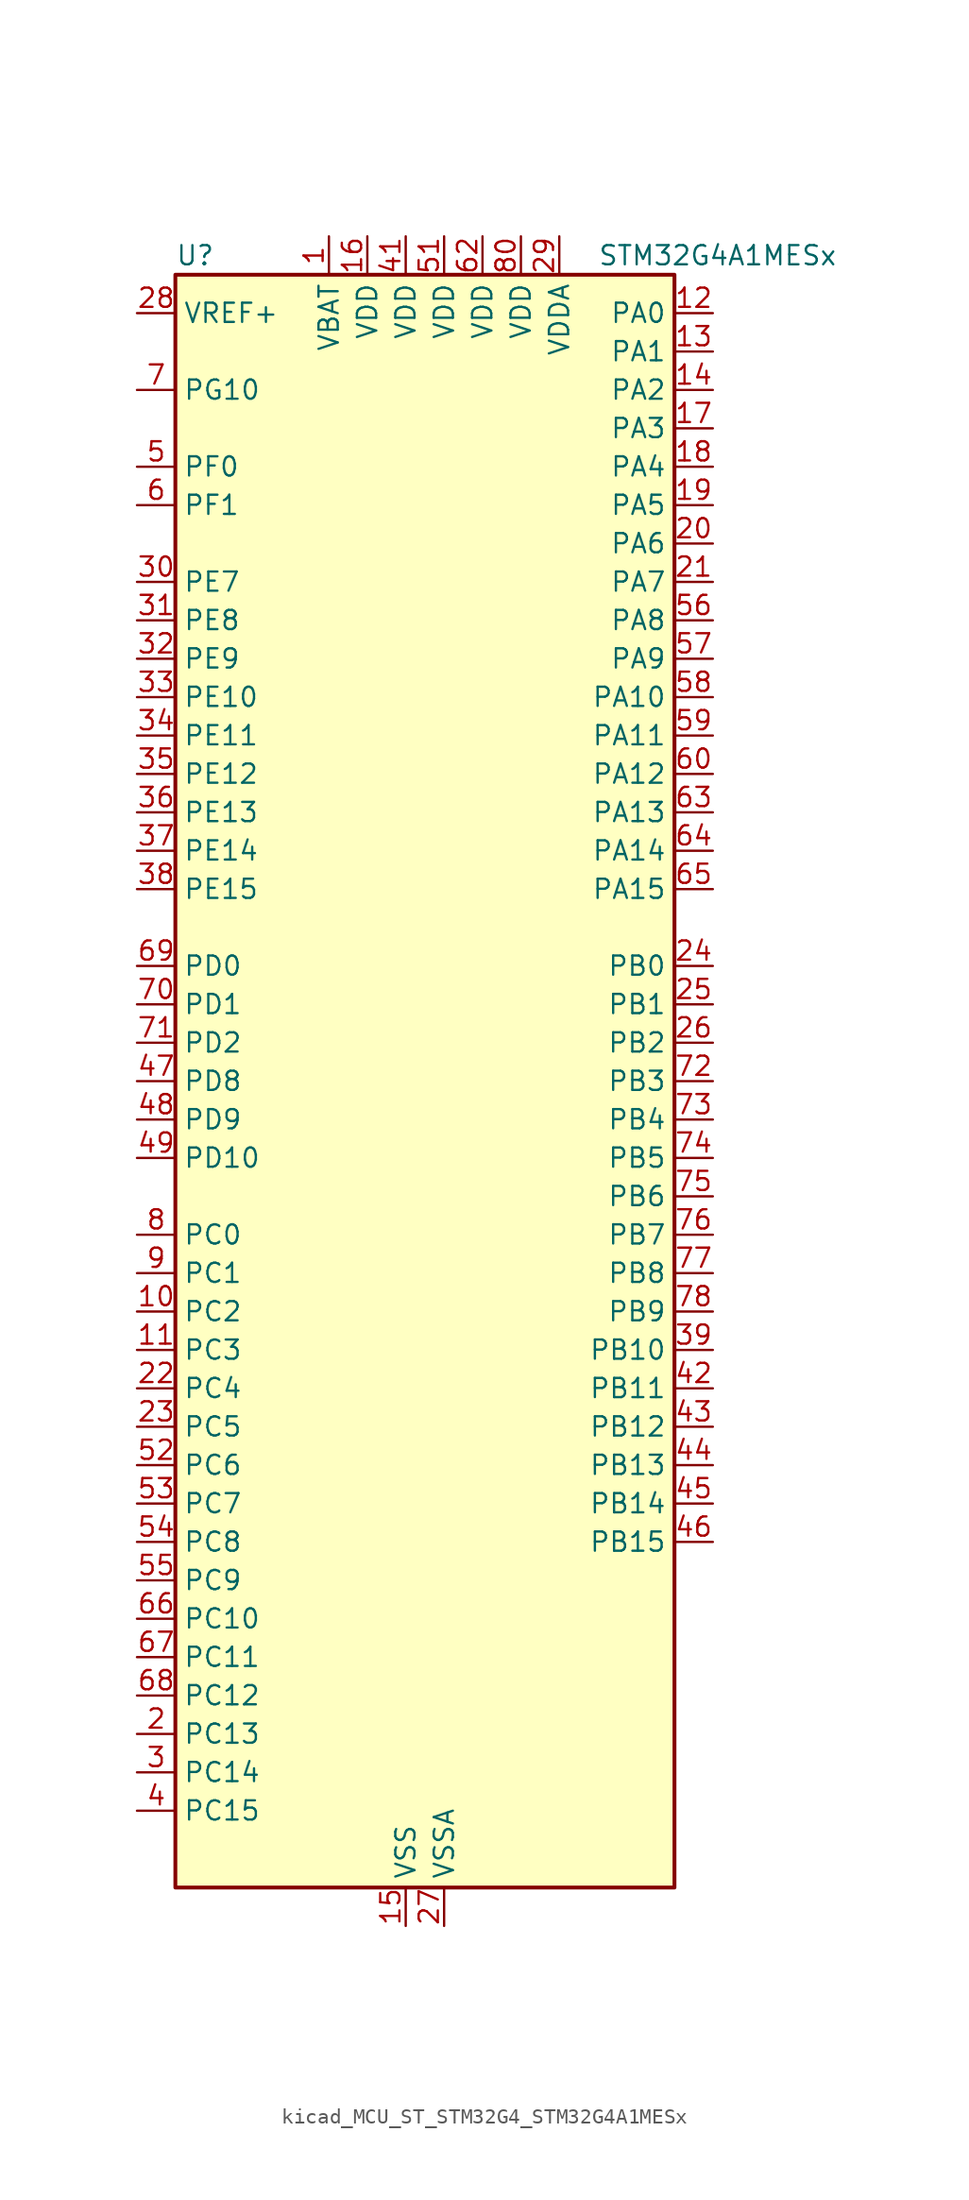
<source format=kicad_sym>
(kicad_symbol_lib
  (version 20220914)
  (generator kicad_symbol_editor)
  (symbol "kicad_MCU_ST_STM32G4_STM32G4A1MESx"
    (property "Reference" "U"
      (at -15.24 54.61 0)
      (effects (font (size 1.27 1.27)) (justify left)))
    (property "Value" "STM32G4A1MESx"
      (at 12.7 54.61 0)
      (effects (font (size 1.27 1.27)) (justify left)))
    (property "ki_locked" ""
      (at 0 0 0)
      (effects (font (size 1.27 1.27))))
    (symbol "kicad_MCU_ST_STM32G4_STM32G4A1MESx_0_1"
      (rectangle (start -15.24 -53.34) (end 17.78 53.34) (stroke (width 0.254) (type default)) (fill (type background))))
    (symbol "kicad_MCU_ST_STM32G4_STM32G4A1MESx_1_1"
      (pin power_in line (at -5.08 55.88 270) (length 2.54) (name "VBAT" (effects (font (size 1.27 1.27)))) (number "1" (effects (font (size 1.27 1.27)))))
      (pin bidirectional line (at -17.78 -15.24 0) (length 2.54) (name "PC2" (effects (font (size 1.27 1.27)))) (number "10" (effects (font (size 1.27 1.27)))) (alternate "ADC1_IN8" bidirectional line) (alternate "ADC2_IN8" bidirectional line) (alternate "ADC3_EXTI2" bidirectional line) (alternate "COMP3_OUT" bidirectional line) (alternate "LPTIM1_IN2" bidirectional line) (alternate "QUADSPI1_BK2_IO1" bidirectional line) (alternate "TIM1_CH3" bidirectional line) (alternate "TIM20_CH2" bidirectional line))
      (pin bidirectional line (at -17.78 -17.78 0) (length 2.54) (name "PC3" (effects (font (size 1.27 1.27)))) (number "11" (effects (font (size 1.27 1.27)))) (alternate "ADC1_IN9" bidirectional line) (alternate "ADC2_IN9" bidirectional line) (alternate "ADC3_EXTI3" bidirectional line) (alternate "LPTIM1_ETR" bidirectional line) (alternate "QUADSPI1_BK2_IO2" bidirectional line) (alternate "SAI1_D1" bidirectional line) (alternate "SAI1_SD_A" bidirectional line) (alternate "TIM1_BKIN2" bidirectional line) (alternate "TIM1_CH4" bidirectional line))
      (pin bidirectional line (at 20.32 50.8 180) (length 2.54) (name "PA0" (effects (font (size 1.27 1.27)))) (number "12" (effects (font (size 1.27 1.27)))) (alternate "ADC1_IN1" bidirectional line) (alternate "ADC2_IN1" bidirectional line) (alternate "COMP1_INM" bidirectional line) (alternate "COMP1_OUT" bidirectional line) (alternate "COMP3_INP" bidirectional line) (alternate "RTC_TAMP2" bidirectional line) (alternate "SYS_WKUP1" bidirectional line) (alternate "TIM2_CH1" bidirectional line) (alternate "TIM2_ETR" bidirectional line) (alternate "TIM8_BKIN" bidirectional line) (alternate "TIM8_ETR" bidirectional line) (alternate "USART2_CTS" bidirectional line) (alternate "USART2_NSS" bidirectional line))
      (pin bidirectional line (at 20.32 48.26 180) (length 2.54) (name "PA1" (effects (font (size 1.27 1.27)))) (number "13" (effects (font (size 1.27 1.27)))) (alternate "ADC1_IN2" bidirectional line) (alternate "ADC2_IN2" bidirectional line) (alternate "COMP1_INP" bidirectional line) (alternate "OPAMP1_VINP" bidirectional line) (alternate "OPAMP1_VINP_SEC" bidirectional line) (alternate "OPAMP3_VINP" bidirectional line) (alternate "OPAMP3_VINP_SEC" bidirectional line) (alternate "OPAMP6_VINM" bidirectional line) (alternate "OPAMP6_VINM0" bidirectional line) (alternate "OPAMP6_VINM_SEC" bidirectional line) (alternate "RTC_REFIN" bidirectional line) (alternate "TIM15_CH1N" bidirectional line) (alternate "TIM2_CH2" bidirectional line) (alternate "USART2_DE" bidirectional line) (alternate "USART2_RTS" bidirectional line))
      (pin bidirectional line (at 20.32 45.72 180) (length 2.54) (name "PA2" (effects (font (size 1.27 1.27)))) (number "14" (effects (font (size 1.27 1.27)))) (alternate "ADC1_IN3" bidirectional line) (alternate "ADC3_EXTI2" bidirectional line) (alternate "COMP2_INM" bidirectional line) (alternate "COMP2_OUT" bidirectional line) (alternate "LPUART1_TX" bidirectional line) (alternate "OPAMP1_VOUT" bidirectional line) (alternate "QUADSPI1_BK1_NCS" bidirectional line) (alternate "RCC_LSCO" bidirectional line) (alternate "SYS_WKUP4" bidirectional line) (alternate "TIM15_CH1" bidirectional line) (alternate "TIM2_CH3" bidirectional line) (alternate "UCPD1_FRSTX1" bidirectional line) (alternate "UCPD1_FRSTX2" bidirectional line) (alternate "USART2_TX" bidirectional line))
      (pin power_in line (at 0 -55.88 90) (length 2.54) (name "VSS" (effects (font (size 1.27 1.27)))) (number "15" (effects (font (size 1.27 1.27)))))
      (pin power_in line (at -2.54 55.88 270) (length 2.54) (name "VDD" (effects (font (size 1.27 1.27)))) (number "16" (effects (font (size 1.27 1.27)))))
      (pin bidirectional line (at 20.32 43.18 180) (length 2.54) (name "PA3" (effects (font (size 1.27 1.27)))) (number "17" (effects (font (size 1.27 1.27)))) (alternate "ADC1_IN4" bidirectional line) (alternate "ADC3_EXTI3" bidirectional line) (alternate "COMP2_INP" bidirectional line) (alternate "LPUART1_RX" bidirectional line) (alternate "OPAMP1_VINM" bidirectional line) (alternate "OPAMP1_VINM0" bidirectional line) (alternate "OPAMP1_VINM_SEC" bidirectional line) (alternate "OPAMP1_VINP" bidirectional line) (alternate "OPAMP1_VINP_SEC" bidirectional line) (alternate "QUADSPI1_CLK" bidirectional line) (alternate "SAI1_CK1" bidirectional line) (alternate "SAI1_MCLK_A" bidirectional line) (alternate "TIM15_CH2" bidirectional line) (alternate "TIM2_CH4" bidirectional line) (alternate "USART2_RX" bidirectional line))
      (pin bidirectional line (at 20.32 40.64 180) (length 2.54) (name "PA4" (effects (font (size 1.27 1.27)))) (number "18" (effects (font (size 1.27 1.27)))) (alternate "ADC2_IN17" bidirectional line) (alternate "COMP1_INM" bidirectional line) (alternate "DAC1_OUT1" bidirectional line) (alternate "I2S3_WS" bidirectional line) (alternate "SAI1_FS_B" bidirectional line) (alternate "SPI1_NSS" bidirectional line) (alternate "SPI3_NSS" bidirectional line) (alternate "TIM3_CH2" bidirectional line) (alternate "USART2_CK" bidirectional line))
      (pin bidirectional line (at 20.32 38.1 180) (length 2.54) (name "PA5" (effects (font (size 1.27 1.27)))) (number "19" (effects (font (size 1.27 1.27)))) (alternate "ADC2_IN13" bidirectional line) (alternate "COMP2_INM" bidirectional line) (alternate "DAC1_OUT2" bidirectional line) (alternate "OPAMP2_VINM" bidirectional line) (alternate "OPAMP2_VINM0" bidirectional line) (alternate "OPAMP2_VINM_SEC" bidirectional line) (alternate "SPI1_SCK" bidirectional line) (alternate "TIM2_CH1" bidirectional line) (alternate "TIM2_ETR" bidirectional line) (alternate "UCPD1_FRSTX1" bidirectional line) (alternate "UCPD1_FRSTX2" bidirectional line))
      (pin bidirectional line (at -17.78 -43.18 0) (length 2.54) (name "PC13" (effects (font (size 1.27 1.27)))) (number "2" (effects (font (size 1.27 1.27)))) (alternate "RTC_OUT1" bidirectional line) (alternate "RTC_TAMP1" bidirectional line) (alternate "RTC_TS" bidirectional line) (alternate "SYS_WKUP2" bidirectional line) (alternate "TIM1_BKIN" bidirectional line) (alternate "TIM1_CH1N" bidirectional line) (alternate "TIM8_CH4N" bidirectional line))
      (pin bidirectional line (at 20.32 35.56 180) (length 2.54) (name "PA6" (effects (font (size 1.27 1.27)))) (number "20" (effects (font (size 1.27 1.27)))) (alternate "ADC2_IN3" bidirectional line) (alternate "COMP1_OUT" bidirectional line) (alternate "LPUART1_CTS" bidirectional line) (alternate "OPAMP2_VOUT" bidirectional line) (alternate "QUADSPI1_BK1_IO3" bidirectional line) (alternate "SPI1_MISO" bidirectional line) (alternate "TIM16_CH1" bidirectional line) (alternate "TIM1_BKIN" bidirectional line) (alternate "TIM3_CH1" bidirectional line) (alternate "TIM8_BKIN" bidirectional line))
      (pin bidirectional line (at 20.32 33.02 180) (length 2.54) (name "PA7" (effects (font (size 1.27 1.27)))) (number "21" (effects (font (size 1.27 1.27)))) (alternate "ADC2_IN4" bidirectional line) (alternate "COMP2_INP" bidirectional line) (alternate "COMP2_OUT" bidirectional line) (alternate "OPAMP1_VINP" bidirectional line) (alternate "OPAMP1_VINP_SEC" bidirectional line) (alternate "OPAMP2_VINP" bidirectional line) (alternate "OPAMP2_VINP_SEC" bidirectional line) (alternate "QUADSPI1_BK1_IO2" bidirectional line) (alternate "SPI1_MOSI" bidirectional line) (alternate "TIM17_CH1" bidirectional line) (alternate "TIM1_CH1N" bidirectional line) (alternate "TIM3_CH2" bidirectional line) (alternate "TIM8_CH1N" bidirectional line) (alternate "UCPD1_FRSTX1" bidirectional line) (alternate "UCPD1_FRSTX2" bidirectional line))
      (pin bidirectional line (at -17.78 -20.32 0) (length 2.54) (name "PC4" (effects (font (size 1.27 1.27)))) (number "22" (effects (font (size 1.27 1.27)))) (alternate "ADC2_IN5" bidirectional line) (alternate "I2C2_SCL" bidirectional line) (alternate "QUADSPI1_BK2_IO3" bidirectional line) (alternate "TIM1_ETR" bidirectional line) (alternate "USART1_TX" bidirectional line))
      (pin bidirectional line (at -17.78 -22.86 0) (length 2.54) (name "PC5" (effects (font (size 1.27 1.27)))) (number "23" (effects (font (size 1.27 1.27)))) (alternate "ADC2_IN11" bidirectional line) (alternate "OPAMP1_VINM" bidirectional line) (alternate "OPAMP1_VINM1" bidirectional line) (alternate "OPAMP1_VINM_SEC" bidirectional line) (alternate "OPAMP2_VINM" bidirectional line) (alternate "OPAMP2_VINM1" bidirectional line) (alternate "OPAMP2_VINM_SEC" bidirectional line) (alternate "SAI1_D3" bidirectional line) (alternate "SYS_WKUP5" bidirectional line) (alternate "TIM15_BKIN" bidirectional line) (alternate "TIM1_CH4N" bidirectional line) (alternate "USART1_RX" bidirectional line))
      (pin bidirectional line (at 20.32 7.62 180) (length 2.54) (name "PB0" (effects (font (size 1.27 1.27)))) (number "24" (effects (font (size 1.27 1.27)))) (alternate "ADC1_IN15" bidirectional line) (alternate "ADC3_IN12" bidirectional line) (alternate "COMP4_INP" bidirectional line) (alternate "OPAMP2_VINP" bidirectional line) (alternate "OPAMP2_VINP_SEC" bidirectional line) (alternate "OPAMP3_VINP" bidirectional line) (alternate "OPAMP3_VINP_SEC" bidirectional line) (alternate "QUADSPI1_BK1_IO1" bidirectional line) (alternate "TIM1_CH2N" bidirectional line) (alternate "TIM3_CH3" bidirectional line) (alternate "TIM8_CH2N" bidirectional line) (alternate "UCPD1_FRSTX1" bidirectional line) (alternate "UCPD1_FRSTX2" bidirectional line))
      (pin bidirectional line (at 20.32 5.08 180) (length 2.54) (name "PB1" (effects (font (size 1.27 1.27)))) (number "25" (effects (font (size 1.27 1.27)))) (alternate "ADC1_IN12" bidirectional line) (alternate "ADC3_IN1" bidirectional line) (alternate "COMP1_INP" bidirectional line) (alternate "COMP4_OUT" bidirectional line) (alternate "LPUART1_DE" bidirectional line) (alternate "LPUART1_RTS" bidirectional line) (alternate "OPAMP3_VOUT" bidirectional line) (alternate "OPAMP6_VINM" bidirectional line) (alternate "OPAMP6_VINM1" bidirectional line) (alternate "OPAMP6_VINM_SEC" bidirectional line) (alternate "QUADSPI1_BK1_IO0" bidirectional line) (alternate "TIM1_CH3N" bidirectional line) (alternate "TIM3_CH4" bidirectional line) (alternate "TIM8_CH3N" bidirectional line))
      (pin bidirectional line (at 20.32 2.54 180) (length 2.54) (name "PB2" (effects (font (size 1.27 1.27)))) (number "26" (effects (font (size 1.27 1.27)))) (alternate "ADC2_IN12" bidirectional line) (alternate "ADC3_EXTI2" bidirectional line) (alternate "COMP4_INM" bidirectional line) (alternate "I2C3_SMBA" bidirectional line) (alternate "LPTIM1_OUT" bidirectional line) (alternate "OPAMP3_VINM" bidirectional line) (alternate "OPAMP3_VINM0" bidirectional line) (alternate "OPAMP3_VINM_SEC" bidirectional line) (alternate "QUADSPI1_BK2_IO1" bidirectional line) (alternate "RTC_OUT2" bidirectional line) (alternate "TIM20_CH1" bidirectional line))
      (pin power_in line (at 2.54 -55.88 90) (length 2.54) (name "VSSA" (effects (font (size 1.27 1.27)))) (number "27" (effects (font (size 1.27 1.27)))))
      (pin input line (at -17.78 50.8 0) (length 2.54) (name "VREF+" (effects (font (size 1.27 1.27)))) (number "28" (effects (font (size 1.27 1.27)))) (alternate "VREFBUF_OUT" bidirectional line))
      (pin power_in line (at 10.16 55.88 270) (length 2.54) (name "VDDA" (effects (font (size 1.27 1.27)))) (number "29" (effects (font (size 1.27 1.27)))))
      (pin bidirectional line (at -17.78 -45.72 0) (length 2.54) (name "PC14" (effects (font (size 1.27 1.27)))) (number "3" (effects (font (size 1.27 1.27)))) (alternate "RCC_OSC32_IN" bidirectional line))
      (pin bidirectional line (at -17.78 33.02 0) (length 2.54) (name "PE7" (effects (font (size 1.27 1.27)))) (number "30" (effects (font (size 1.27 1.27)))) (alternate "ADC3_IN4" bidirectional line) (alternate "COMP4_INP" bidirectional line) (alternate "SAI1_SD_B" bidirectional line) (alternate "TIM1_ETR" bidirectional line))
      (pin bidirectional line (at -17.78 30.48 0) (length 2.54) (name "PE8" (effects (font (size 1.27 1.27)))) (number "31" (effects (font (size 1.27 1.27)))) (alternate "ADC3_IN6" bidirectional line) (alternate "COMP4_INM" bidirectional line) (alternate "SAI1_SCK_B" bidirectional line) (alternate "TIM1_CH1N" bidirectional line))
      (pin bidirectional line (at -17.78 27.94 0) (length 2.54) (name "PE9" (effects (font (size 1.27 1.27)))) (number "32" (effects (font (size 1.27 1.27)))) (alternate "ADC3_IN2" bidirectional line) (alternate "DAC1_EXTI9" bidirectional line) (alternate "DAC3_EXTI9" bidirectional line) (alternate "SAI1_FS_B" bidirectional line) (alternate "TIM1_CH1" bidirectional line))
      (pin bidirectional line (at -17.78 25.4 0) (length 2.54) (name "PE10" (effects (font (size 1.27 1.27)))) (number "33" (effects (font (size 1.27 1.27)))) (alternate "ADC3_IN14" bidirectional line) (alternate "DAC1_EXTI10" bidirectional line) (alternate "DAC3_EXTI10" bidirectional line) (alternate "QUADSPI1_CLK" bidirectional line) (alternate "SAI1_MCLK_B" bidirectional line) (alternate "TIM1_CH2N" bidirectional line))
      (pin bidirectional line (at -17.78 22.86 0) (length 2.54) (name "PE11" (effects (font (size 1.27 1.27)))) (number "34" (effects (font (size 1.27 1.27)))) (alternate "ADC1_EXTI11" bidirectional line) (alternate "ADC2_EXTI11" bidirectional line) (alternate "ADC3_IN15" bidirectional line) (alternate "QUADSPI1_BK1_NCS" bidirectional line) (alternate "TIM1_CH2" bidirectional line))
      (pin bidirectional line (at -17.78 20.32 0) (length 2.54) (name "PE12" (effects (font (size 1.27 1.27)))) (number "35" (effects (font (size 1.27 1.27)))) (alternate "ADC3_IN16" bidirectional line) (alternate "QUADSPI1_BK1_IO0" bidirectional line) (alternate "TIM1_CH3N" bidirectional line))
      (pin bidirectional line (at -17.78 17.78 0) (length 2.54) (name "PE13" (effects (font (size 1.27 1.27)))) (number "36" (effects (font (size 1.27 1.27)))) (alternate "ADC3_IN3" bidirectional line) (alternate "QUADSPI1_BK1_IO1" bidirectional line) (alternate "TIM1_CH3" bidirectional line))
      (pin bidirectional line (at -17.78 15.24 0) (length 2.54) (name "PE14" (effects (font (size 1.27 1.27)))) (number "37" (effects (font (size 1.27 1.27)))) (alternate "QUADSPI1_BK1_IO2" bidirectional line) (alternate "TIM1_BKIN2" bidirectional line) (alternate "TIM1_CH4" bidirectional line))
      (pin bidirectional line (at -17.78 12.7 0) (length 2.54) (name "PE15" (effects (font (size 1.27 1.27)))) (number "38" (effects (font (size 1.27 1.27)))) (alternate "ADC1_EXTI15" bidirectional line) (alternate "ADC2_EXTI15" bidirectional line) (alternate "QUADSPI1_BK1_IO3" bidirectional line) (alternate "TIM1_BKIN" bidirectional line) (alternate "TIM1_CH4N" bidirectional line) (alternate "USART3_RX" bidirectional line))
      (pin bidirectional line (at 20.32 -17.78 180) (length 2.54) (name "PB10" (effects (font (size 1.27 1.27)))) (number "39" (effects (font (size 1.27 1.27)))) (alternate "DAC1_EXTI10" bidirectional line) (alternate "DAC3_EXTI10" bidirectional line) (alternate "LPUART1_RX" bidirectional line) (alternate "OPAMP3_VINM" bidirectional line) (alternate "OPAMP3_VINM1" bidirectional line) (alternate "OPAMP3_VINM_SEC" bidirectional line) (alternate "QUADSPI1_CLK" bidirectional line) (alternate "SAI1_SCK_A" bidirectional line) (alternate "TIM1_BKIN" bidirectional line) (alternate "TIM2_CH3" bidirectional line) (alternate "USART3_TX" bidirectional line))
      (pin bidirectional line (at -17.78 -48.26 0) (length 2.54) (name "PC15" (effects (font (size 1.27 1.27)))) (number "4" (effects (font (size 1.27 1.27)))) (alternate "ADC1_EXTI15" bidirectional line) (alternate "ADC2_EXTI15" bidirectional line) (alternate "RCC_OSC32_OUT" bidirectional line))
      (pin passive line (at 0 -55.88 90) (length 2.54) hide (name "VSS" (effects (font (size 1.27 1.27)))) (number "40" (effects (font (size 1.27 1.27)))))
      (pin power_in line (at 0 55.88 270) (length 2.54) (name "VDD" (effects (font (size 1.27 1.27)))) (number "41" (effects (font (size 1.27 1.27)))))
      (pin bidirectional line (at 20.32 -20.32 180) (length 2.54) (name "PB11" (effects (font (size 1.27 1.27)))) (number "42" (effects (font (size 1.27 1.27)))) (alternate "ADC1_EXTI11" bidirectional line) (alternate "ADC1_IN14" bidirectional line) (alternate "ADC2_EXTI11" bidirectional line) (alternate "ADC2_IN14" bidirectional line) (alternate "LPUART1_TX" bidirectional line) (alternate "OPAMP6_VOUT" bidirectional line) (alternate "QUADSPI1_BK1_NCS" bidirectional line) (alternate "TIM2_CH4" bidirectional line) (alternate "USART3_RX" bidirectional line))
      (pin bidirectional line (at 20.32 -22.86 180) (length 2.54) (name "PB12" (effects (font (size 1.27 1.27)))) (number "43" (effects (font (size 1.27 1.27)))) (alternate "ADC1_IN11" bidirectional line) (alternate "FDCAN2_RX" bidirectional line) (alternate "I2C2_SMBA" bidirectional line) (alternate "I2S2_WS" bidirectional line) (alternate "LPUART1_DE" bidirectional line) (alternate "LPUART1_RTS" bidirectional line) (alternate "OPAMP6_VINP" bidirectional line) (alternate "OPAMP6_VINP_SEC" bidirectional line) (alternate "SPI2_NSS" bidirectional line) (alternate "TIM1_BKIN" bidirectional line) (alternate "USART3_CK" bidirectional line))
      (pin bidirectional line (at 20.32 -25.4 180) (length 2.54) (name "PB13" (effects (font (size 1.27 1.27)))) (number "44" (effects (font (size 1.27 1.27)))) (alternate "ADC3_IN5" bidirectional line) (alternate "FDCAN2_TX" bidirectional line) (alternate "I2S2_CK" bidirectional line) (alternate "LPUART1_CTS" bidirectional line) (alternate "OPAMP3_VINP" bidirectional line) (alternate "OPAMP3_VINP_SEC" bidirectional line) (alternate "OPAMP6_VINP" bidirectional line) (alternate "OPAMP6_VINP_SEC" bidirectional line) (alternate "SPI2_SCK" bidirectional line) (alternate "TIM1_CH1N" bidirectional line) (alternate "USART3_CTS" bidirectional line) (alternate "USART3_NSS" bidirectional line))
      (pin bidirectional line (at 20.32 -27.94 180) (length 2.54) (name "PB14" (effects (font (size 1.27 1.27)))) (number "45" (effects (font (size 1.27 1.27)))) (alternate "ADC1_IN5" bidirectional line) (alternate "COMP4_OUT" bidirectional line) (alternate "OPAMP2_VINP" bidirectional line) (alternate "OPAMP2_VINP_SEC" bidirectional line) (alternate "SPI2_MISO" bidirectional line) (alternate "TIM15_CH1" bidirectional line) (alternate "TIM1_CH2N" bidirectional line) (alternate "USART3_DE" bidirectional line) (alternate "USART3_RTS" bidirectional line))
      (pin bidirectional line (at 20.32 -30.48 180) (length 2.54) (name "PB15" (effects (font (size 1.27 1.27)))) (number "46" (effects (font (size 1.27 1.27)))) (alternate "ADC1_EXTI15" bidirectional line) (alternate "ADC2_EXTI15" bidirectional line) (alternate "ADC2_IN15" bidirectional line) (alternate "COMP3_OUT" bidirectional line) (alternate "I2S2_SD" bidirectional line) (alternate "RTC_REFIN" bidirectional line) (alternate "SPI2_MOSI" bidirectional line) (alternate "TIM15_CH1N" bidirectional line) (alternate "TIM15_CH2" bidirectional line) (alternate "TIM1_CH3N" bidirectional line))
      (pin bidirectional line (at -17.78 0 0) (length 2.54) (name "PD8" (effects (font (size 1.27 1.27)))) (number "47" (effects (font (size 1.27 1.27)))) (alternate "USART3_TX" bidirectional line))
      (pin bidirectional line (at -17.78 -2.54 0) (length 2.54) (name "PD9" (effects (font (size 1.27 1.27)))) (number "48" (effects (font (size 1.27 1.27)))) (alternate "DAC1_EXTI9" bidirectional line) (alternate "DAC3_EXTI9" bidirectional line) (alternate "OPAMP6_VINP" bidirectional line) (alternate "OPAMP6_VINP_SEC" bidirectional line) (alternate "USART3_RX" bidirectional line))
      (pin bidirectional line (at -17.78 -5.08 0) (length 2.54) (name "PD10" (effects (font (size 1.27 1.27)))) (number "49" (effects (font (size 1.27 1.27)))) (alternate "ADC3_IN7" bidirectional line) (alternate "DAC1_EXTI10" bidirectional line) (alternate "DAC3_EXTI10" bidirectional line) (alternate "USART3_CK" bidirectional line))
      (pin bidirectional line (at -17.78 40.64 0) (length 2.54) (name "PF0" (effects (font (size 1.27 1.27)))) (number "5" (effects (font (size 1.27 1.27)))) (alternate "ADC1_IN10" bidirectional line) (alternate "I2C2_SDA" bidirectional line) (alternate "I2S2_WS" bidirectional line) (alternate "RCC_OSC_IN" bidirectional line) (alternate "SPI2_NSS" bidirectional line) (alternate "TIM1_CH3N" bidirectional line))
      (pin passive line (at 0 -55.88 90) (length 2.54) hide (name "VSS" (effects (font (size 1.27 1.27)))) (number "50" (effects (font (size 1.27 1.27)))))
      (pin power_in line (at 2.54 55.88 270) (length 2.54) (name "VDD" (effects (font (size 1.27 1.27)))) (number "51" (effects (font (size 1.27 1.27)))))
      (pin bidirectional line (at -17.78 -25.4 0) (length 2.54) (name "PC6" (effects (font (size 1.27 1.27)))) (number "52" (effects (font (size 1.27 1.27)))) (alternate "I2S2_MCK" bidirectional line) (alternate "TIM3_CH1" bidirectional line) (alternate "TIM8_CH1" bidirectional line))
      (pin bidirectional line (at -17.78 -27.94 0) (length 2.54) (name "PC7" (effects (font (size 1.27 1.27)))) (number "53" (effects (font (size 1.27 1.27)))) (alternate "I2S3_MCK" bidirectional line) (alternate "TIM3_CH2" bidirectional line) (alternate "TIM8_CH2" bidirectional line))
      (pin bidirectional line (at -17.78 -30.48 0) (length 2.54) (name "PC8" (effects (font (size 1.27 1.27)))) (number "54" (effects (font (size 1.27 1.27)))) (alternate "I2C3_SCL" bidirectional line) (alternate "TIM20_CH3" bidirectional line) (alternate "TIM3_CH3" bidirectional line) (alternate "TIM8_CH3" bidirectional line))
      (pin bidirectional line (at -17.78 -33.02 0) (length 2.54) (name "PC9" (effects (font (size 1.27 1.27)))) (number "55" (effects (font (size 1.27 1.27)))) (alternate "DAC1_EXTI9" bidirectional line) (alternate "DAC3_EXTI9" bidirectional line) (alternate "I2C3_SDA" bidirectional line) (alternate "I2S_CKIN" bidirectional line) (alternate "TIM3_CH4" bidirectional line) (alternate "TIM8_BKIN2" bidirectional line) (alternate "TIM8_CH4" bidirectional line))
      (pin bidirectional line (at 20.32 30.48 180) (length 2.54) (name "PA8" (effects (font (size 1.27 1.27)))) (number "56" (effects (font (size 1.27 1.27)))) (alternate "I2C2_SDA" bidirectional line) (alternate "I2C3_SCL" bidirectional line) (alternate "I2S2_MCK" bidirectional line) (alternate "RCC_MCO" bidirectional line) (alternate "SAI1_CK2" bidirectional line) (alternate "SAI1_SCK_A" bidirectional line) (alternate "TIM1_CH1" bidirectional line) (alternate "TIM4_ETR" bidirectional line) (alternate "USART1_CK" bidirectional line))
      (pin bidirectional line (at 20.32 27.94 180) (length 2.54) (name "PA9" (effects (font (size 1.27 1.27)))) (number "57" (effects (font (size 1.27 1.27)))) (alternate "DAC1_EXTI9" bidirectional line) (alternate "DAC3_EXTI9" bidirectional line) (alternate "I2C2_SCL" bidirectional line) (alternate "I2C3_SMBA" bidirectional line) (alternate "I2S3_MCK" bidirectional line) (alternate "SAI1_FS_A" bidirectional line) (alternate "TIM15_BKIN" bidirectional line) (alternate "TIM1_CH2" bidirectional line) (alternate "TIM2_CH3" bidirectional line) (alternate "UCPD1_DBCC1" bidirectional line) (alternate "USART1_TX" bidirectional line))
      (pin bidirectional line (at 20.32 25.4 180) (length 2.54) (name "PA10" (effects (font (size 1.27 1.27)))) (number "58" (effects (font (size 1.27 1.27)))) (alternate "CRS_SYNC" bidirectional line) (alternate "DAC1_EXTI10" bidirectional line) (alternate "DAC3_EXTI10" bidirectional line) (alternate "I2C2_SMBA" bidirectional line) (alternate "SAI1_D1" bidirectional line) (alternate "SAI1_SD_A" bidirectional line) (alternate "SPI2_MISO" bidirectional line) (alternate "TIM17_BKIN" bidirectional line) (alternate "TIM1_CH3" bidirectional line) (alternate "TIM2_CH4" bidirectional line) (alternate "TIM8_BKIN" bidirectional line) (alternate "UCPD1_DBCC2" bidirectional line) (alternate "USART1_RX" bidirectional line))
      (pin bidirectional line (at 20.32 22.86 180) (length 2.54) (name "PA11" (effects (font (size 1.27 1.27)))) (number "59" (effects (font (size 1.27 1.27)))) (alternate "ADC1_EXTI11" bidirectional line) (alternate "ADC2_EXTI11" bidirectional line) (alternate "COMP1_OUT" bidirectional line) (alternate "FDCAN1_RX" bidirectional line) (alternate "I2S2_SD" bidirectional line) (alternate "SPI2_MOSI" bidirectional line) (alternate "TIM1_BKIN2" bidirectional line) (alternate "TIM1_CH1N" bidirectional line) (alternate "TIM1_CH4" bidirectional line) (alternate "TIM4_CH1" bidirectional line) (alternate "USART1_CTS" bidirectional line) (alternate "USART1_NSS" bidirectional line) (alternate "USB_DM" bidirectional line))
      (pin bidirectional line (at -17.78 38.1 0) (length 2.54) (name "PF1" (effects (font (size 1.27 1.27)))) (number "6" (effects (font (size 1.27 1.27)))) (alternate "ADC2_IN10" bidirectional line) (alternate "COMP3_INM" bidirectional line) (alternate "I2S2_CK" bidirectional line) (alternate "RCC_OSC_OUT" bidirectional line) (alternate "SPI2_SCK" bidirectional line))
      (pin bidirectional line (at 20.32 20.32 180) (length 2.54) (name "PA12" (effects (font (size 1.27 1.27)))) (number "60" (effects (font (size 1.27 1.27)))) (alternate "COMP2_OUT" bidirectional line) (alternate "FDCAN1_TX" bidirectional line) (alternate "I2S_CKIN" bidirectional line) (alternate "TIM16_CH1" bidirectional line) (alternate "TIM1_CH2N" bidirectional line) (alternate "TIM1_ETR" bidirectional line) (alternate "TIM4_CH2" bidirectional line) (alternate "USART1_DE" bidirectional line) (alternate "USART1_RTS" bidirectional line) (alternate "USB_DP" bidirectional line))
      (pin passive line (at 0 -55.88 90) (length 2.54) hide (name "VSS" (effects (font (size 1.27 1.27)))) (number "61" (effects (font (size 1.27 1.27)))))
      (pin power_in line (at 5.08 55.88 270) (length 2.54) (name "VDD" (effects (font (size 1.27 1.27)))) (number "62" (effects (font (size 1.27 1.27)))))
      (pin bidirectional line (at 20.32 17.78 180) (length 2.54) (name "PA13" (effects (font (size 1.27 1.27)))) (number "63" (effects (font (size 1.27 1.27)))) (alternate "I2C1_SCL" bidirectional line) (alternate "IR_OUT" bidirectional line) (alternate "SAI1_SD_B" bidirectional line) (alternate "SYS_JTMS-SWDIO" bidirectional line) (alternate "TIM16_CH1N" bidirectional line) (alternate "TIM4_CH3" bidirectional line) (alternate "USART3_CTS" bidirectional line) (alternate "USART3_NSS" bidirectional line))
      (pin bidirectional line (at 20.32 15.24 180) (length 2.54) (name "PA14" (effects (font (size 1.27 1.27)))) (number "64" (effects (font (size 1.27 1.27)))) (alternate "I2C1_SDA" bidirectional line) (alternate "LPTIM1_OUT" bidirectional line) (alternate "SAI1_FS_B" bidirectional line) (alternate "SYS_JTCK-SWCLK" bidirectional line) (alternate "TIM1_BKIN" bidirectional line) (alternate "TIM8_CH2" bidirectional line) (alternate "USART2_TX" bidirectional line))
      (pin bidirectional line (at 20.32 12.7 180) (length 2.54) (name "PA15" (effects (font (size 1.27 1.27)))) (number "65" (effects (font (size 1.27 1.27)))) (alternate "ADC1_EXTI15" bidirectional line) (alternate "ADC2_EXTI15" bidirectional line) (alternate "I2C1_SCL" bidirectional line) (alternate "I2S3_WS" bidirectional line) (alternate "SPI1_NSS" bidirectional line) (alternate "SPI3_NSS" bidirectional line) (alternate "SYS_JTDI" bidirectional line) (alternate "TIM1_BKIN" bidirectional line) (alternate "TIM20_ETR" bidirectional line) (alternate "TIM2_CH1" bidirectional line) (alternate "TIM2_ETR" bidirectional line) (alternate "TIM8_CH1" bidirectional line) (alternate "UART4_DE" bidirectional line) (alternate "UART4_RTS" bidirectional line) (alternate "USART2_RX" bidirectional line))
      (pin bidirectional line (at -17.78 -35.56 0) (length 2.54) (name "PC10" (effects (font (size 1.27 1.27)))) (number "66" (effects (font (size 1.27 1.27)))) (alternate "DAC1_EXTI10" bidirectional line) (alternate "DAC3_EXTI10" bidirectional line) (alternate "I2S3_CK" bidirectional line) (alternate "SPI3_SCK" bidirectional line) (alternate "TIM8_CH1N" bidirectional line) (alternate "UART4_TX" bidirectional line) (alternate "USART3_TX" bidirectional line))
      (pin bidirectional line (at -17.78 -38.1 0) (length 2.54) (name "PC11" (effects (font (size 1.27 1.27)))) (number "67" (effects (font (size 1.27 1.27)))) (alternate "ADC1_EXTI11" bidirectional line) (alternate "ADC2_EXTI11" bidirectional line) (alternate "I2C3_SDA" bidirectional line) (alternate "SPI3_MISO" bidirectional line) (alternate "TIM8_CH2N" bidirectional line) (alternate "UART4_RX" bidirectional line) (alternate "USART3_RX" bidirectional line))
      (pin bidirectional line (at -17.78 -40.64 0) (length 2.54) (name "PC12" (effects (font (size 1.27 1.27)))) (number "68" (effects (font (size 1.27 1.27)))) (alternate "I2S3_SD" bidirectional line) (alternate "SPI3_MOSI" bidirectional line) (alternate "TIM8_CH3N" bidirectional line) (alternate "UART5_TX" bidirectional line) (alternate "UCPD1_FRSTX1" bidirectional line) (alternate "UCPD1_FRSTX2" bidirectional line) (alternate "USART3_CK" bidirectional line))
      (pin bidirectional line (at -17.78 7.62 0) (length 2.54) (name "PD0" (effects (font (size 1.27 1.27)))) (number "69" (effects (font (size 1.27 1.27)))) (alternate "FDCAN1_RX" bidirectional line) (alternate "TIM8_CH4N" bidirectional line))
      (pin bidirectional line (at -17.78 45.72 0) (length 2.54) (name "PG10" (effects (font (size 1.27 1.27)))) (number "7" (effects (font (size 1.27 1.27)))) (alternate "DAC1_EXTI10" bidirectional line) (alternate "DAC3_EXTI10" bidirectional line) (alternate "RCC_MCO" bidirectional line))
      (pin bidirectional line (at -17.78 5.08 0) (length 2.54) (name "PD1" (effects (font (size 1.27 1.27)))) (number "70" (effects (font (size 1.27 1.27)))) (alternate "FDCAN1_TX" bidirectional line) (alternate "TIM8_BKIN2" bidirectional line) (alternate "TIM8_CH4" bidirectional line))
      (pin bidirectional line (at -17.78 2.54 0) (length 2.54) (name "PD2" (effects (font (size 1.27 1.27)))) (number "71" (effects (font (size 1.27 1.27)))) (alternate "ADC3_EXTI2" bidirectional line) (alternate "TIM3_ETR" bidirectional line) (alternate "TIM8_BKIN" bidirectional line) (alternate "UART5_RX" bidirectional line))
      (pin bidirectional line (at 20.32 0 180) (length 2.54) (name "PB3" (effects (font (size 1.27 1.27)))) (number "72" (effects (font (size 1.27 1.27)))) (alternate "ADC3_EXTI3" bidirectional line) (alternate "CRS_SYNC" bidirectional line) (alternate "I2S3_CK" bidirectional line) (alternate "SAI1_SCK_B" bidirectional line) (alternate "SPI1_SCK" bidirectional line) (alternate "SPI3_SCK" bidirectional line) (alternate "SYS_JTDO-SWO" bidirectional line) (alternate "TIM2_CH2" bidirectional line) (alternate "TIM3_ETR" bidirectional line) (alternate "TIM4_ETR" bidirectional line) (alternate "TIM8_CH1N" bidirectional line) (alternate "USART2_TX" bidirectional line))
      (pin bidirectional line (at 20.32 -2.54 180) (length 2.54) (name "PB4" (effects (font (size 1.27 1.27)))) (number "73" (effects (font (size 1.27 1.27)))) (alternate "SAI1_MCLK_B" bidirectional line) (alternate "SPI1_MISO" bidirectional line) (alternate "SPI3_MISO" bidirectional line) (alternate "SYS_JTRST" bidirectional line) (alternate "TIM16_CH1" bidirectional line) (alternate "TIM17_BKIN" bidirectional line) (alternate "TIM3_CH1" bidirectional line) (alternate "TIM8_CH2N" bidirectional line) (alternate "UART5_DE" bidirectional line) (alternate "UART5_RTS" bidirectional line) (alternate "UCPD1_CC2" bidirectional line) (alternate "USART2_RX" bidirectional line))
      (pin bidirectional line (at 20.32 -5.08 180) (length 2.54) (name "PB5" (effects (font (size 1.27 1.27)))) (number "74" (effects (font (size 1.27 1.27)))) (alternate "FDCAN2_RX" bidirectional line) (alternate "I2C1_SMBA" bidirectional line) (alternate "I2C3_SDA" bidirectional line) (alternate "I2S3_SD" bidirectional line) (alternate "LPTIM1_IN1" bidirectional line) (alternate "SAI1_SD_B" bidirectional line) (alternate "SPI1_MOSI" bidirectional line) (alternate "SPI3_MOSI" bidirectional line) (alternate "TIM16_BKIN" bidirectional line) (alternate "TIM17_CH1" bidirectional line) (alternate "TIM3_CH2" bidirectional line) (alternate "TIM8_CH3N" bidirectional line) (alternate "UART5_CTS" bidirectional line) (alternate "USART2_CK" bidirectional line))
      (pin bidirectional line (at 20.32 -7.62 180) (length 2.54) (name "PB6" (effects (font (size 1.27 1.27)))) (number "75" (effects (font (size 1.27 1.27)))) (alternate "COMP4_OUT" bidirectional line) (alternate "FDCAN2_TX" bidirectional line) (alternate "LPTIM1_ETR" bidirectional line) (alternate "SAI1_FS_B" bidirectional line) (alternate "TIM16_CH1N" bidirectional line) (alternate "TIM4_CH1" bidirectional line) (alternate "TIM8_BKIN2" bidirectional line) (alternate "TIM8_CH1" bidirectional line) (alternate "TIM8_ETR" bidirectional line) (alternate "UCPD1_CC1" bidirectional line) (alternate "USART1_TX" bidirectional line))
      (pin bidirectional line (at 20.32 -10.16 180) (length 2.54) (name "PB7" (effects (font (size 1.27 1.27)))) (number "76" (effects (font (size 1.27 1.27)))) (alternate "COMP3_OUT" bidirectional line) (alternate "I2C1_SDA" bidirectional line) (alternate "LPTIM1_IN2" bidirectional line) (alternate "SYS_PVD_IN" bidirectional line) (alternate "TIM17_CH1N" bidirectional line) (alternate "TIM3_CH4" bidirectional line) (alternate "TIM4_CH2" bidirectional line) (alternate "TIM8_BKIN" bidirectional line) (alternate "UART4_CTS" bidirectional line) (alternate "USART1_RX" bidirectional line))
      (pin bidirectional line (at 20.32 -12.7 180) (length 2.54) (name "PB8" (effects (font (size 1.27 1.27)))) (number "77" (effects (font (size 1.27 1.27)))) (alternate "COMP1_OUT" bidirectional line) (alternate "FDCAN1_RX" bidirectional line) (alternate "I2C1_SCL" bidirectional line) (alternate "SAI1_CK1" bidirectional line) (alternate "SAI1_MCLK_A" bidirectional line) (alternate "TIM16_CH1" bidirectional line) (alternate "TIM1_BKIN" bidirectional line) (alternate "TIM4_CH3" bidirectional line) (alternate "TIM8_CH2" bidirectional line) (alternate "USART3_RX" bidirectional line))
      (pin bidirectional line (at 20.32 -15.24 180) (length 2.54) (name "PB9" (effects (font (size 1.27 1.27)))) (number "78" (effects (font (size 1.27 1.27)))) (alternate "COMP2_OUT" bidirectional line) (alternate "DAC1_EXTI9" bidirectional line) (alternate "DAC3_EXTI9" bidirectional line) (alternate "FDCAN1_TX" bidirectional line) (alternate "I2C1_SDA" bidirectional line) (alternate "IR_OUT" bidirectional line) (alternate "SAI1_D2" bidirectional line) (alternate "SAI1_FS_A" bidirectional line) (alternate "TIM17_CH1" bidirectional line) (alternate "TIM1_CH3N" bidirectional line) (alternate "TIM4_CH4" bidirectional line) (alternate "TIM8_CH3" bidirectional line) (alternate "USART3_TX" bidirectional line))
      (pin passive line (at 0 -55.88 90) (length 2.54) hide (name "VSS" (effects (font (size 1.27 1.27)))) (number "79" (effects (font (size 1.27 1.27)))))
      (pin bidirectional line (at -17.78 -10.16 0) (length 2.54) (name "PC0" (effects (font (size 1.27 1.27)))) (number "8" (effects (font (size 1.27 1.27)))) (alternate "ADC1_IN6" bidirectional line) (alternate "ADC2_IN6" bidirectional line) (alternate "COMP3_INM" bidirectional line) (alternate "LPTIM1_IN1" bidirectional line) (alternate "LPUART1_RX" bidirectional line) (alternate "TIM1_CH1" bidirectional line))
      (pin power_in line (at 7.62 55.88 270) (length 2.54) (name "VDD" (effects (font (size 1.27 1.27)))) (number "80" (effects (font (size 1.27 1.27)))))
      (pin bidirectional line (at -17.78 -12.7 0) (length 2.54) (name "PC1" (effects (font (size 1.27 1.27)))) (number "9" (effects (font (size 1.27 1.27)))) (alternate "ADC1_IN7" bidirectional line) (alternate "ADC2_IN7" bidirectional line) (alternate "COMP3_INP" bidirectional line) (alternate "LPTIM1_OUT" bidirectional line) (alternate "LPUART1_TX" bidirectional line) (alternate "QUADSPI1_BK2_IO0" bidirectional line) (alternate "SAI1_SD_A" bidirectional line) (alternate "TIM1_CH2" bidirectional line)))))
</source>
